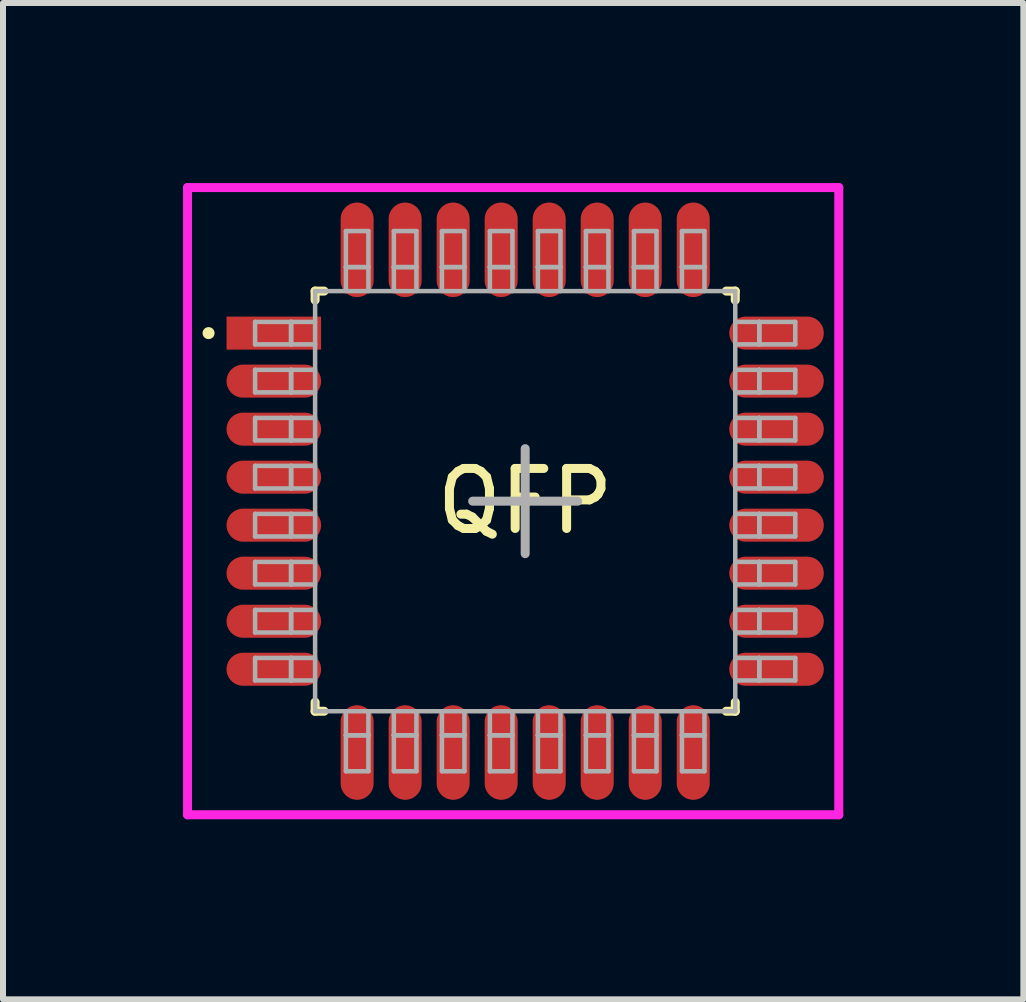
<source format=kicad_pcb>
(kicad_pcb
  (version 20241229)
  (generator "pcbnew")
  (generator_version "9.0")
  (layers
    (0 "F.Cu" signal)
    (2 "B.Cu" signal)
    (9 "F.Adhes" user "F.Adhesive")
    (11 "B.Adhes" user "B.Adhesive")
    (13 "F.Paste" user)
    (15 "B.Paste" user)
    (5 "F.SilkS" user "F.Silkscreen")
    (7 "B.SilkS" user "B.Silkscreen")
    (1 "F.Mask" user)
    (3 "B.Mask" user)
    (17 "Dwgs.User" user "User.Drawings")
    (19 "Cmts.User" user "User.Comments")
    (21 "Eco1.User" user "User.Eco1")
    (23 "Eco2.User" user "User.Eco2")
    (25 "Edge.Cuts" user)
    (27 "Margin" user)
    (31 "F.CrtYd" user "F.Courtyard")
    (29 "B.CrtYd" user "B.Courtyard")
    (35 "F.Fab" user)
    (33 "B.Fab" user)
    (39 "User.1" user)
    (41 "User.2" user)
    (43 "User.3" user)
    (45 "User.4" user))
  (footprint "QFP"
    (layer "F.Cu")
    (at 5.7 5.3)
    (property "Reference" "QFP" (at 0 0 0) (layer "F.SilkS") (effects (font (size 1 1) (thickness 0.15))))
    (attr through_hole)
    (fp_line (start -5.275 -2.8) (end -5.275 -2.8) (stroke (width 0.2) (type solid)) (layer "F.SilkS"))
    (fp_line (start -3.5 -3.5) (end -3.5 -3.35) (stroke (width 0.15) (type solid)) (layer "F.SilkS"))
    (fp_line (start -3.5 -3.5) (end -3.35 -3.5) (stroke (width 0.15) (type solid)) (layer "F.SilkS"))
    (fp_line (start -3.5 3.5) (end -3.5 3.35) (stroke (width 0.15) (type solid)) (layer "F.SilkS"))
    (fp_line (start -3.5 3.5) (end -3.35 3.5) (stroke (width 0.15) (type solid)) (layer "F.SilkS"))
    (fp_line (start 3.5 -3.5) (end 3.35 -3.5) (stroke (width 0.15) (type solid)) (layer "F.SilkS"))
    (fp_line (start 3.5 -3.5) (end 3.5 -3.35) (stroke (width 0.15) (type solid)) (layer "F.SilkS"))
    (fp_line (start 3.5 3.5) (end 3.35 3.5) (stroke (width 0.15) (type solid)) (layer "F.SilkS"))
    (fp_line (start 3.5 3.5) (end 3.5 3.35) (stroke (width 0.15) (type solid)) (layer "F.SilkS"))
    (fp_line (start -5.625 -5.225) (end -5.625 5.225) (stroke (width 0.15) (type solid)) (layer "F.CrtYd"))
    (fp_line (start -5.625 5.225) (end 5.225 5.225) (stroke (width 0.15) (type solid)) (layer "F.CrtYd"))
    (fp_line (start 5.225 -5.225) (end -5.625 -5.225) (stroke (width 0.15) (type solid)) (layer "F.CrtYd"))
    (fp_line (start 5.225 5.225) (end 5.225 -5.225) (stroke (width 0.15) (type solid)) (layer "F.CrtYd"))
    (fp_line (start -4.5 -2.987) (end -4.5 -2.612) (stroke (width 0.075) (type solid)) (layer "F.Fab"))
    (fp_line (start -4.5 -2.612) (end -3.9 -2.612) (stroke (width 0.075) (type solid)) (layer "F.Fab"))
    (fp_line (start -4.5 -2.188) (end -4.5 -1.812) (stroke (width 0.075) (type solid)) (layer "F.Fab"))
    (fp_line (start -4.5 -1.812) (end -3.9 -1.812) (stroke (width 0.075) (type solid)) (layer "F.Fab"))
    (fp_line (start -4.5 -1.387) (end -4.5 -1.012) (stroke (width 0.075) (type solid)) (layer "F.Fab"))
    (fp_line (start -4.5 -1.012) (end -3.9 -1.012) (stroke (width 0.075) (type solid)) (layer "F.Fab"))
    (fp_line (start -4.5 -0.588) (end -4.5 -0.212) (stroke (width 0.075) (type solid)) (layer "F.Fab"))
    (fp_line (start -4.5 -0.212) (end -3.9 -0.212) (stroke (width 0.075) (type solid)) (layer "F.Fab"))
    (fp_line (start -4.5 0.212) (end -4.5 0.588) (stroke (width 0.075) (type solid)) (layer "F.Fab"))
    (fp_line (start -4.5 0.588) (end -3.9 0.588) (stroke (width 0.075) (type solid)) (layer "F.Fab"))
    (fp_line (start -4.5 1.012) (end -4.5 1.387) (stroke (width 0.075) (type solid)) (layer "F.Fab"))
    (fp_line (start -4.5 1.387) (end -3.9 1.387) (stroke (width 0.075) (type solid)) (layer "F.Fab"))
    (fp_line (start -4.5 1.812) (end -4.5 2.188) (stroke (width 0.075) (type solid)) (layer "F.Fab"))
    (fp_line (start -4.5 2.188) (end -3.9 2.188) (stroke (width 0.075) (type solid)) (layer "F.Fab"))
    (fp_line (start -4.5 2.612) (end -4.5 2.987) (stroke (width 0.075) (type solid)) (layer "F.Fab"))
    (fp_line (start -4.5 2.987) (end -3.9 2.987) (stroke (width 0.075) (type solid)) (layer "F.Fab"))
    (fp_line (start -3.9 -2.987) (end -4.5 -2.987) (stroke (width 0.075) (type solid)) (layer "F.Fab"))
    (fp_line (start -3.9 -2.987) (end -3.9 -2.612) (stroke (width 0.075) (type solid)) (layer "F.Fab"))
    (fp_line (start -3.9 -2.612) (end -3.9 -2.987) (stroke (width 0.075) (type solid)) (layer "F.Fab"))
    (fp_line (start -3.9 -2.612) (end -3.5 -2.612) (stroke (width 0.075) (type solid)) (layer "F.Fab"))
    (fp_line (start -3.9 -2.188) (end -4.5 -2.188) (stroke (width 0.075) (type solid)) (layer "F.Fab"))
    (fp_line (start -3.9 -2.188) (end -3.9 -1.812) (stroke (width 0.075) (type solid)) (layer "F.Fab"))
    (fp_line (start -3.9 -1.812) (end -3.9 -2.188) (stroke (width 0.075) (type solid)) (layer "F.Fab"))
    (fp_line (start -3.9 -1.812) (end -3.5 -1.812) (stroke (width 0.075) (type solid)) (layer "F.Fab"))
    (fp_line (start -3.9 -1.387) (end -4.5 -1.387) (stroke (width 0.075) (type solid)) (layer "F.Fab"))
    (fp_line (start -3.9 -1.387) (end -3.9 -1.012) (stroke (width 0.075) (type solid)) (layer "F.Fab"))
    (fp_line (start -3.9 -1.012) (end -3.9 -1.387) (stroke (width 0.075) (type solid)) (layer "F.Fab"))
    (fp_line (start -3.9 -1.012) (end -3.5 -1.012) (stroke (width 0.075) (type solid)) (layer "F.Fab"))
    (fp_line (start -3.9 -0.588) (end -4.5 -0.588) (stroke (width 0.075) (type solid)) (layer "F.Fab"))
    (fp_line (start -3.9 -0.588) (end -3.9 -0.212) (stroke (width 0.075) (type solid)) (layer "F.Fab"))
    (fp_line (start -3.9 -0.212) (end -3.9 -0.588) (stroke (width 0.075) (type solid)) (layer "F.Fab"))
    (fp_line (start -3.9 -0.212) (end -3.5 -0.212) (stroke (width 0.075) (type solid)) (layer "F.Fab"))
    (fp_line (start -3.9 0.212) (end -4.5 0.212) (stroke (width 0.075) (type solid)) (layer "F.Fab"))
    (fp_line (start -3.9 0.212) (end -3.9 0.588) (stroke (width 0.075) (type solid)) (layer "F.Fab"))
    (fp_line (start -3.9 0.588) (end -3.9 0.212) (stroke (width 0.075) (type solid)) (layer "F.Fab"))
    (fp_line (start -3.9 0.588) (end -3.5 0.588) (stroke (width 0.075) (type solid)) (layer "F.Fab"))
    (fp_line (start -3.9 1.012) (end -4.5 1.012) (stroke (width 0.075) (type solid)) (layer "F.Fab"))
    (fp_line (start -3.9 1.012) (end -3.9 1.387) (stroke (width 0.075) (type solid)) (layer "F.Fab"))
    (fp_line (start -3.9 1.387) (end -3.9 1.012) (stroke (width 0.075) (type solid)) (layer "F.Fab"))
    (fp_line (start -3.9 1.387) (end -3.5 1.387) (stroke (width 0.075) (type solid)) (layer "F.Fab"))
    (fp_line (start -3.9 1.812) (end -4.5 1.812) (stroke (width 0.075) (type solid)) (layer "F.Fab"))
    (fp_line (start -3.9 1.812) (end -3.9 2.188) (stroke (width 0.075) (type solid)) (layer "F.Fab"))
    (fp_line (start -3.9 2.188) (end -3.9 1.812) (stroke (width 0.075) (type solid)) (layer "F.Fab"))
    (fp_line (start -3.9 2.188) (end -3.5 2.188) (stroke (width 0.075) (type solid)) (layer "F.Fab"))
    (fp_line (start -3.9 2.612) (end -4.5 2.612) (stroke (width 0.075) (type solid)) (layer "F.Fab"))
    (fp_line (start -3.9 2.612) (end -3.9 2.987) (stroke (width 0.075) (type solid)) (layer "F.Fab"))
    (fp_line (start -3.9 2.987) (end -3.9 2.612) (stroke (width 0.075) (type solid)) (layer "F.Fab"))
    (fp_line (start -3.9 2.987) (end -3.5 2.987) (stroke (width 0.075) (type solid)) (layer "F.Fab"))
    (fp_line (start -3.5 -3.5) (end 3.5 -3.5) (stroke (width 0.075) (type solid)) (layer "F.Fab"))
    (fp_line (start -3.5 -2.987) (end -3.9 -2.987) (stroke (width 0.075) (type solid)) (layer "F.Fab"))
    (fp_line (start -3.5 -2.188) (end -3.9 -2.188) (stroke (width 0.075) (type solid)) (layer "F.Fab"))
    (fp_line (start -3.5 -1.387) (end -3.9 -1.387) (stroke (width 0.075) (type solid)) (layer "F.Fab"))
    (fp_line (start -3.5 -0.588) (end -3.9 -0.588) (stroke (width 0.075) (type solid)) (layer "F.Fab"))
    (fp_line (start -3.5 0.212) (end -3.9 0.212) (stroke (width 0.075) (type solid)) (layer "F.Fab"))
    (fp_line (start -3.5 1.012) (end -3.9 1.012) (stroke (width 0.075) (type solid)) (layer "F.Fab"))
    (fp_line (start -3.5 1.812) (end -3.9 1.812) (stroke (width 0.075) (type solid)) (layer "F.Fab"))
    (fp_line (start -3.5 2.612) (end -3.9 2.612) (stroke (width 0.075) (type solid)) (layer "F.Fab"))
    (fp_line (start -3.5 3.5) (end -3.5 -3.5) (stroke (width 0.075) (type solid)) (layer "F.Fab"))
    (fp_line (start -2.987 -4.5) (end -2.987 -3.9) (stroke (width 0.075) (type solid)) (layer "F.Fab"))
    (fp_line (start -2.987 -3.9) (end -2.987 -3.5) (stroke (width 0.075) (type solid)) (layer "F.Fab"))
    (fp_line (start -2.987 -3.9) (end -2.612 -3.9) (stroke (width 0.075) (type solid)) (layer "F.Fab"))
    (fp_line (start -2.987 3.5) (end -2.987 3.9) (stroke (width 0.075) (type solid)) (layer "F.Fab"))
    (fp_line (start -2.987 3.9) (end -2.987 4.5) (stroke (width 0.075) (type solid)) (layer "F.Fab"))
    (fp_line (start -2.987 3.9) (end -2.612 3.9) (stroke (width 0.075) (type solid)) (layer "F.Fab"))
    (fp_line (start -2.987 4.5) (end -2.612 4.5) (stroke (width 0.075) (type solid)) (layer "F.Fab"))
    (fp_line (start -2.612 -4.5) (end -2.987 -4.5) (stroke (width 0.075) (type solid)) (layer "F.Fab"))
    (fp_line (start -2.612 -3.9) (end -2.987 -3.9) (stroke (width 0.075) (type solid)) (layer "F.Fab"))
    (fp_line (start -2.612 -3.9) (end -2.612 -4.5) (stroke (width 0.075) (type solid)) (layer "F.Fab"))
    (fp_line (start -2.612 -3.5) (end -2.612 -3.9) (stroke (width 0.075) (type solid)) (layer "F.Fab"))
    (fp_line (start -2.612 3.9) (end -2.987 3.9) (stroke (width 0.075) (type solid)) (layer "F.Fab"))
    (fp_line (start -2.612 3.9) (end -2.612 3.5) (stroke (width 0.075) (type solid)) (layer "F.Fab"))
    (fp_line (start -2.612 4.5) (end -2.612 3.9) (stroke (width 0.075) (type solid)) (layer "F.Fab"))
    (fp_line (start -2.188 -4.5) (end -2.188 -3.9) (stroke (width 0.075) (type solid)) (layer "F.Fab"))
    (fp_line (start -2.188 -3.9) (end -2.188 -3.5) (stroke (width 0.075) (type solid)) (layer "F.Fab"))
    (fp_line (start -2.188 -3.9) (end -1.812 -3.9) (stroke (width 0.075) (type solid)) (layer "F.Fab"))
    (fp_line (start -2.188 3.5) (end -2.188 3.9) (stroke (width 0.075) (type solid)) (layer "F.Fab"))
    (fp_line (start -2.188 3.9) (end -2.188 4.5) (stroke (width 0.075) (type solid)) (layer "F.Fab"))
    (fp_line (start -2.188 3.9) (end -1.812 3.9) (stroke (width 0.075) (type solid)) (layer "F.Fab"))
    (fp_line (start -2.188 4.5) (end -1.812 4.5) (stroke (width 0.075) (type solid)) (layer "F.Fab"))
    (fp_line (start -1.812 -4.5) (end -2.188 -4.5) (stroke (width 0.075) (type solid)) (layer "F.Fab"))
    (fp_line (start -1.812 -3.9) (end -2.188 -3.9) (stroke (width 0.075) (type solid)) (layer "F.Fab"))
    (fp_line (start -1.812 -3.9) (end -1.812 -4.5) (stroke (width 0.075) (type solid)) (layer "F.Fab"))
    (fp_line (start -1.812 -3.5) (end -1.812 -3.9) (stroke (width 0.075) (type solid)) (layer "F.Fab"))
    (fp_line (start -1.812 3.9) (end -2.188 3.9) (stroke (width 0.075) (type solid)) (layer "F.Fab"))
    (fp_line (start -1.812 3.9) (end -1.812 3.5) (stroke (width 0.075) (type solid)) (layer "F.Fab"))
    (fp_line (start -1.812 4.5) (end -1.812 3.9) (stroke (width 0.075) (type solid)) (layer "F.Fab"))
    (fp_line (start -1.387 -4.5) (end -1.387 -3.9) (stroke (width 0.075) (type solid)) (layer "F.Fab"))
    (fp_line (start -1.387 -3.9) (end -1.387 -3.5) (stroke (width 0.075) (type solid)) (layer "F.Fab"))
    (fp_line (start -1.387 -3.9) (end -1.012 -3.9) (stroke (width 0.075) (type solid)) (layer "F.Fab"))
    (fp_line (start -1.387 3.5) (end -1.387 3.9) (stroke (width 0.075) (type solid)) (layer "F.Fab"))
    (fp_line (start -1.387 3.9) (end -1.387 4.5) (stroke (width 0.075) (type solid)) (layer "F.Fab"))
    (fp_line (start -1.387 3.9) (end -1.012 3.9) (stroke (width 0.075) (type solid)) (layer "F.Fab"))
    (fp_line (start -1.387 4.5) (end -1.012 4.5) (stroke (width 0.075) (type solid)) (layer "F.Fab"))
    (fp_line (start -1.012 -4.5) (end -1.387 -4.5) (stroke (width 0.075) (type solid)) (layer "F.Fab"))
    (fp_line (start -1.012 -3.9) (end -1.387 -3.9) (stroke (width 0.075) (type solid)) (layer "F.Fab"))
    (fp_line (start -1.012 -3.9) (end -1.012 -4.5) (stroke (width 0.075) (type solid)) (layer "F.Fab"))
    (fp_line (start -1.012 -3.5) (end -1.012 -3.9) (stroke (width 0.075) (type solid)) (layer "F.Fab"))
    (fp_line (start -1.012 3.9) (end -1.387 3.9) (stroke (width 0.075) (type solid)) (layer "F.Fab"))
    (fp_line (start -1.012 3.9) (end -1.012 3.5) (stroke (width 0.075) (type solid)) (layer "F.Fab"))
    (fp_line (start -1.012 4.5) (end -1.012 3.9) (stroke (width 0.075) (type solid)) (layer "F.Fab"))
    (fp_line (start -0.588 -4.5) (end -0.588 -3.9) (stroke (width 0.075) (type solid)) (layer "F.Fab"))
    (fp_line (start -0.588 -3.9) (end -0.588 -3.5) (stroke (width 0.075) (type solid)) (layer "F.Fab"))
    (fp_line (start -0.588 -3.9) (end -0.212 -3.9) (stroke (width 0.075) (type solid)) (layer "F.Fab"))
    (fp_line (start -0.588 3.5) (end -0.588 3.9) (stroke (width 0.075) (type solid)) (layer "F.Fab"))
    (fp_line (start -0.588 3.9) (end -0.588 4.5) (stroke (width 0.075) (type solid)) (layer "F.Fab"))
    (fp_line (start -0.588 3.9) (end -0.212 3.9) (stroke (width 0.075) (type solid)) (layer "F.Fab"))
    (fp_line (start -0.588 4.5) (end -0.212 4.5) (stroke (width 0.075) (type solid)) (layer "F.Fab"))
    (fp_line (start -0.212 -4.5) (end -0.588 -4.5) (stroke (width 0.075) (type solid)) (layer "F.Fab"))
    (fp_line (start -0.212 -3.9) (end -0.588 -3.9) (stroke (width 0.075) (type solid)) (layer "F.Fab"))
    (fp_line (start -0.212 -3.9) (end -0.212 -4.5) (stroke (width 0.075) (type solid)) (layer "F.Fab"))
    (fp_line (start -0.212 -3.5) (end -0.212 -3.9) (stroke (width 0.075) (type solid)) (layer "F.Fab"))
    (fp_line (start -0.212 3.9) (end -0.588 3.9) (stroke (width 0.075) (type solid)) (layer "F.Fab"))
    (fp_line (start -0.212 3.9) (end -0.212 3.5) (stroke (width 0.075) (type solid)) (layer "F.Fab"))
    (fp_line (start -0.212 4.5) (end -0.212 3.9) (stroke (width 0.075) (type solid)) (layer "F.Fab"))
    (fp_line (start 0 -0.875) (end 0 0.875) (stroke (width 0.15) (type solid)) (layer "F.Fab"))
    (fp_line (start 0.212 -4.5) (end 0.212 -3.9) (stroke (width 0.075) (type solid)) (layer "F.Fab"))
    (fp_line (start 0.212 -3.9) (end 0.212 -3.5) (stroke (width 0.075) (type solid)) (layer "F.Fab"))
    (fp_line (start 0.212 -3.9) (end 0.588 -3.9) (stroke (width 0.075) (type solid)) (layer "F.Fab"))
    (fp_line (start 0.212 3.5) (end 0.212 3.9) (stroke (width 0.075) (type solid)) (layer "F.Fab"))
    (fp_line (start 0.212 3.9) (end 0.212 4.5) (stroke (width 0.075) (type solid)) (layer "F.Fab"))
    (fp_line (start 0.212 3.9) (end 0.588 3.9) (stroke (width 0.075) (type solid)) (layer "F.Fab"))
    (fp_line (start 0.212 4.5) (end 0.588 4.5) (stroke (width 0.075) (type solid)) (layer "F.Fab"))
    (fp_line (start 0.588 -4.5) (end 0.212 -4.5) (stroke (width 0.075) (type solid)) (layer "F.Fab"))
    (fp_line (start 0.588 -3.9) (end 0.212 -3.9) (stroke (width 0.075) (type solid)) (layer "F.Fab"))
    (fp_line (start 0.588 -3.9) (end 0.588 -4.5) (stroke (width 0.075) (type solid)) (layer "F.Fab"))
    (fp_line (start 0.588 -3.5) (end 0.588 -3.9) (stroke (width 0.075) (type solid)) (layer "F.Fab"))
    (fp_line (start 0.588 3.9) (end 0.212 3.9) (stroke (width 0.075) (type solid)) (layer "F.Fab"))
    (fp_line (start 0.588 3.9) (end 0.588 3.5) (stroke (width 0.075) (type solid)) (layer "F.Fab"))
    (fp_line (start 0.588 4.5) (end 0.588 3.9) (stroke (width 0.075) (type solid)) (layer "F.Fab"))
    (fp_line (start 0.875 0) (end -0.875 0) (stroke (width 0.15) (type solid)) (layer "F.Fab"))
    (fp_line (start 1.012 -4.5) (end 1.012 -3.9) (stroke (width 0.075) (type solid)) (layer "F.Fab"))
    (fp_line (start 1.012 -3.9) (end 1.012 -3.5) (stroke (width 0.075) (type solid)) (layer "F.Fab"))
    (fp_line (start 1.012 -3.9) (end 1.387 -3.9) (stroke (width 0.075) (type solid)) (layer "F.Fab"))
    (fp_line (start 1.012 3.5) (end 1.012 3.9) (stroke (width 0.075) (type solid)) (layer "F.Fab"))
    (fp_line (start 1.012 3.9) (end 1.012 4.5) (stroke (width 0.075) (type solid)) (layer "F.Fab"))
    (fp_line (start 1.012 3.9) (end 1.387 3.9) (stroke (width 0.075) (type solid)) (layer "F.Fab"))
    (fp_line (start 1.012 4.5) (end 1.387 4.5) (stroke (width 0.075) (type solid)) (layer "F.Fab"))
    (fp_line (start 1.387 -4.5) (end 1.012 -4.5) (stroke (width 0.075) (type solid)) (layer "F.Fab"))
    (fp_line (start 1.387 -3.9) (end 1.012 -3.9) (stroke (width 0.075) (type solid)) (layer "F.Fab"))
    (fp_line (start 1.387 -3.9) (end 1.387 -4.5) (stroke (width 0.075) (type solid)) (layer "F.Fab"))
    (fp_line (start 1.387 -3.5) (end 1.387 -3.9) (stroke (width 0.075) (type solid)) (layer "F.Fab"))
    (fp_line (start 1.387 3.9) (end 1.012 3.9) (stroke (width 0.075) (type solid)) (layer "F.Fab"))
    (fp_line (start 1.387 3.9) (end 1.387 3.5) (stroke (width 0.075) (type solid)) (layer "F.Fab"))
    (fp_line (start 1.387 4.5) (end 1.387 3.9) (stroke (width 0.075) (type solid)) (layer "F.Fab"))
    (fp_line (start 1.812 -4.5) (end 1.812 -3.9) (stroke (width 0.075) (type solid)) (layer "F.Fab"))
    (fp_line (start 1.812 -3.9) (end 1.812 -3.5) (stroke (width 0.075) (type solid)) (layer "F.Fab"))
    (fp_line (start 1.812 -3.9) (end 2.188 -3.9) (stroke (width 0.075) (type solid)) (layer "F.Fab"))
    (fp_line (start 1.812 3.5) (end 1.812 3.9) (stroke (width 0.075) (type solid)) (layer "F.Fab"))
    (fp_line (start 1.812 3.9) (end 1.812 4.5) (stroke (width 0.075) (type solid)) (layer "F.Fab"))
    (fp_line (start 1.812 3.9) (end 2.188 3.9) (stroke (width 0.075) (type solid)) (layer "F.Fab"))
    (fp_line (start 1.812 4.5) (end 2.188 4.5) (stroke (width 0.075) (type solid)) (layer "F.Fab"))
    (fp_line (start 2.188 -4.5) (end 1.812 -4.5) (stroke (width 0.075) (type solid)) (layer "F.Fab"))
    (fp_line (start 2.188 -3.9) (end 1.812 -3.9) (stroke (width 0.075) (type solid)) (layer "F.Fab"))
    (fp_line (start 2.188 -3.9) (end 2.188 -4.5) (stroke (width 0.075) (type solid)) (layer "F.Fab"))
    (fp_line (start 2.188 -3.5) (end 2.188 -3.9) (stroke (width 0.075) (type solid)) (layer "F.Fab"))
    (fp_line (start 2.188 3.9) (end 1.812 3.9) (stroke (width 0.075) (type solid)) (layer "F.Fab"))
    (fp_line (start 2.188 3.9) (end 2.188 3.5) (stroke (width 0.075) (type solid)) (layer "F.Fab"))
    (fp_line (start 2.188 4.5) (end 2.188 3.9) (stroke (width 0.075) (type solid)) (layer "F.Fab"))
    (fp_line (start 2.612 -4.5) (end 2.612 -3.9) (stroke (width 0.075) (type solid)) (layer "F.Fab"))
    (fp_line (start 2.612 -3.9) (end 2.612 -3.5) (stroke (width 0.075) (type solid)) (layer "F.Fab"))
    (fp_line (start 2.612 -3.9) (end 2.987 -3.9) (stroke (width 0.075) (type solid)) (layer "F.Fab"))
    (fp_line (start 2.612 3.5) (end 2.612 3.9) (stroke (width 0.075) (type solid)) (layer "F.Fab"))
    (fp_line (start 2.612 3.9) (end 2.612 4.5) (stroke (width 0.075) (type solid)) (layer "F.Fab"))
    (fp_line (start 2.612 3.9) (end 2.987 3.9) (stroke (width 0.075) (type solid)) (layer "F.Fab"))
    (fp_line (start 2.612 4.5) (end 2.987 4.5) (stroke (width 0.075) (type solid)) (layer "F.Fab"))
    (fp_line (start 2.987 -4.5) (end 2.612 -4.5) (stroke (width 0.075) (type solid)) (layer "F.Fab"))
    (fp_line (start 2.987 -3.9) (end 2.612 -3.9) (stroke (width 0.075) (type solid)) (layer "F.Fab"))
    (fp_line (start 2.987 -3.9) (end 2.987 -4.5) (stroke (width 0.075) (type solid)) (layer "F.Fab"))
    (fp_line (start 2.987 -3.5) (end 2.987 -3.9) (stroke (width 0.075) (type solid)) (layer "F.Fab"))
    (fp_line (start 2.987 3.9) (end 2.612 3.9) (stroke (width 0.075) (type solid)) (layer "F.Fab"))
    (fp_line (start 2.987 3.9) (end 2.987 3.5) (stroke (width 0.075) (type solid)) (layer "F.Fab"))
    (fp_line (start 2.987 4.5) (end 2.987 3.9) (stroke (width 0.075) (type solid)) (layer "F.Fab"))
    (fp_line (start 3.5 -3.5) (end 3.5 3.5) (stroke (width 0.075) (type solid)) (layer "F.Fab"))
    (fp_line (start 3.5 -2.612) (end 3.9 -2.612) (stroke (width 0.075) (type solid)) (layer "F.Fab"))
    (fp_line (start 3.5 -1.812) (end 3.9 -1.812) (stroke (width 0.075) (type solid)) (layer "F.Fab"))
    (fp_line (start 3.5 -1.012) (end 3.9 -1.012) (stroke (width 0.075) (type solid)) (layer "F.Fab"))
    (fp_line (start 3.5 -0.212) (end 3.9 -0.212) (stroke (width 0.075) (type solid)) (layer "F.Fab"))
    (fp_line (start 3.5 0.588) (end 3.9 0.588) (stroke (width 0.075) (type solid)) (layer "F.Fab"))
    (fp_line (start 3.5 1.387) (end 3.9 1.387) (stroke (width 0.075) (type solid)) (layer "F.Fab"))
    (fp_line (start 3.5 2.188) (end 3.9 2.188) (stroke (width 0.075) (type solid)) (layer "F.Fab"))
    (fp_line (start 3.5 2.987) (end 3.9 2.987) (stroke (width 0.075) (type solid)) (layer "F.Fab"))
    (fp_line (start 3.5 3.5) (end -3.5 3.5) (stroke (width 0.075) (type solid)) (layer "F.Fab"))
    (fp_line (start 3.9 -2.987) (end 3.5 -2.987) (stroke (width 0.075) (type solid)) (layer "F.Fab"))
    (fp_line (start 3.9 -2.987) (end 3.9 -2.612) (stroke (width 0.075) (type solid)) (layer "F.Fab"))
    (fp_line (start 3.9 -2.612) (end 3.9 -2.987) (stroke (width 0.075) (type solid)) (layer "F.Fab"))
    (fp_line (start 3.9 -2.612) (end 4.5 -2.612) (stroke (width 0.075) (type solid)) (layer "F.Fab"))
    (fp_line (start 3.9 -2.188) (end 3.5 -2.188) (stroke (width 0.075) (type solid)) (layer "F.Fab"))
    (fp_line (start 3.9 -2.188) (end 3.9 -1.812) (stroke (width 0.075) (type solid)) (layer "F.Fab"))
    (fp_line (start 3.9 -1.812) (end 3.9 -2.188) (stroke (width 0.075) (type solid)) (layer "F.Fab"))
    (fp_line (start 3.9 -1.812) (end 4.5 -1.812) (stroke (width 0.075) (type solid)) (layer "F.Fab"))
    (fp_line (start 3.9 -1.387) (end 3.5 -1.387) (stroke (width 0.075) (type solid)) (layer "F.Fab"))
    (fp_line (start 3.9 -1.387) (end 3.9 -1.012) (stroke (width 0.075) (type solid)) (layer "F.Fab"))
    (fp_line (start 3.9 -1.012) (end 3.9 -1.387) (stroke (width 0.075) (type solid)) (layer "F.Fab"))
    (fp_line (start 3.9 -1.012) (end 4.5 -1.012) (stroke (width 0.075) (type solid)) (layer "F.Fab"))
    (fp_line (start 3.9 -0.588) (end 3.5 -0.588) (stroke (width 0.075) (type solid)) (layer "F.Fab"))
    (fp_line (start 3.9 -0.588) (end 3.9 -0.212) (stroke (width 0.075) (type solid)) (layer "F.Fab"))
    (fp_line (start 3.9 -0.212) (end 3.9 -0.588) (stroke (width 0.075) (type solid)) (layer "F.Fab"))
    (fp_line (start 3.9 -0.212) (end 4.5 -0.212) (stroke (width 0.075) (type solid)) (layer "F.Fab"))
    (fp_line (start 3.9 0.212) (end 3.5 0.212) (stroke (width 0.075) (type solid)) (layer "F.Fab"))
    (fp_line (start 3.9 0.212) (end 3.9 0.588) (stroke (width 0.075) (type solid)) (layer "F.Fab"))
    (fp_line (start 3.9 0.588) (end 3.9 0.212) (stroke (width 0.075) (type solid)) (layer "F.Fab"))
    (fp_line (start 3.9 0.588) (end 4.5 0.588) (stroke (width 0.075) (type solid)) (layer "F.Fab"))
    (fp_line (start 3.9 1.012) (end 3.5 1.012) (stroke (width 0.075) (type solid)) (layer "F.Fab"))
    (fp_line (start 3.9 1.012) (end 3.9 1.387) (stroke (width 0.075) (type solid)) (layer "F.Fab"))
    (fp_line (start 3.9 1.387) (end 3.9 1.012) (stroke (width 0.075) (type solid)) (layer "F.Fab"))
    (fp_line (start 3.9 1.387) (end 4.5 1.387) (stroke (width 0.075) (type solid)) (layer "F.Fab"))
    (fp_line (start 3.9 1.812) (end 3.5 1.812) (stroke (width 0.075) (type solid)) (layer "F.Fab"))
    (fp_line (start 3.9 1.812) (end 3.9 2.188) (stroke (width 0.075) (type solid)) (layer "F.Fab"))
    (fp_line (start 3.9 2.188) (end 3.9 1.812) (stroke (width 0.075) (type solid)) (layer "F.Fab"))
    (fp_line (start 3.9 2.188) (end 4.5 2.188) (stroke (width 0.075) (type solid)) (layer "F.Fab"))
    (fp_line (start 3.9 2.612) (end 3.5 2.612) (stroke (width 0.075) (type solid)) (layer "F.Fab"))
    (fp_line (start 3.9 2.612) (end 3.9 2.987) (stroke (width 0.075) (type solid)) (layer "F.Fab"))
    (fp_line (start 3.9 2.987) (end 3.9 2.612) (stroke (width 0.075) (type solid)) (layer "F.Fab"))
    (fp_line (start 3.9 2.987) (end 4.5 2.987) (stroke (width 0.075) (type solid)) (layer "F.Fab"))
    (fp_line (start 4.5 -2.987) (end 3.9 -2.987) (stroke (width 0.075) (type solid)) (layer "F.Fab"))
    (fp_line (start 4.5 -2.612) (end 4.5 -2.987) (stroke (width 0.075) (type solid)) (layer "F.Fab"))
    (fp_line (start 4.5 -2.188) (end 3.9 -2.188) (stroke (width 0.075) (type solid)) (layer "F.Fab"))
    (fp_line (start 4.5 -1.812) (end 4.5 -2.188) (stroke (width 0.075) (type solid)) (layer "F.Fab"))
    (fp_line (start 4.5 -1.387) (end 3.9 -1.387) (stroke (width 0.075) (type solid)) (layer "F.Fab"))
    (fp_line (start 4.5 -1.012) (end 4.5 -1.387) (stroke (width 0.075) (type solid)) (layer "F.Fab"))
    (fp_line (start 4.5 -0.588) (end 3.9 -0.588) (stroke (width 0.075) (type solid)) (layer "F.Fab"))
    (fp_line (start 4.5 -0.212) (end 4.5 -0.588) (stroke (width 0.075) (type solid)) (layer "F.Fab"))
    (fp_line (start 4.5 0.212) (end 3.9 0.212) (stroke (width 0.075) (type solid)) (layer "F.Fab"))
    (fp_line (start 4.5 0.588) (end 4.5 0.212) (stroke (width 0.075) (type solid)) (layer "F.Fab"))
    (fp_line (start 4.5 1.012) (end 3.9 1.012) (stroke (width 0.075) (type solid)) (layer "F.Fab"))
    (fp_line (start 4.5 1.387) (end 4.5 1.012) (stroke (width 0.075) (type solid)) (layer "F.Fab"))
    (fp_line (start 4.5 1.812) (end 3.9 1.812) (stroke (width 0.075) (type solid)) (layer "F.Fab"))
    (fp_line (start 4.5 2.188) (end 4.5 1.812) (stroke (width 0.075) (type solid)) (layer "F.Fab"))
    (fp_line (start 4.5 2.612) (end 3.9 2.612) (stroke (width 0.075) (type solid)) (layer "F.Fab"))
    (fp_line (start 4.5 2.987) (end 4.5 2.612) (stroke (width 0.075) (type solid)) (layer "F.Fab"))
    (pad "1" smd rect (at -4.188 -2.8) (size 1.575 0.55) (layers "F.Cu" "F.Mask" "F.Paste"))
    (pad "2" smd oval (at -4.188 -2) (size 1.575 0.55) (layers "F.Cu" "F.Mask" "F.Paste"))
    (pad "3" smd oval (at -4.188 -1.2) (size 1.575 0.55) (layers "F.Cu" "F.Mask" "F.Paste"))
    (pad "4" smd oval (at -4.188 -0.4) (size 1.575 0.55) (layers "F.Cu" "F.Mask" "F.Paste"))
    (pad "5" smd oval (at -4.188 0.4) (size 1.575 0.55) (layers "F.Cu" "F.Mask" "F.Paste"))
    (pad "6" smd oval (at -4.188 1.2) (size 1.575 0.55) (layers "F.Cu" "F.Mask" "F.Paste"))
    (pad "7" smd oval (at -4.188 2) (size 1.575 0.55) (layers "F.Cu" "F.Mask" "F.Paste"))
    (pad "8" smd oval (at -4.188 2.8) (size 1.575 0.55) (layers "F.Cu" "F.Mask" "F.Paste"))
    (pad "9" smd oval (at -2.8 4.188) (size 0.55 1.575) (layers "F.Cu" "F.Mask" "F.Paste"))
    (pad "10" smd oval (at -2 4.188) (size 0.55 1.575) (layers "F.Cu" "F.Mask" "F.Paste"))
    (pad "11" smd oval (at -1.2 4.188) (size 0.55 1.575) (layers "F.Cu" "F.Mask" "F.Paste"))
    (pad "12" smd oval (at -0.4 4.188) (size 0.55 1.575) (layers "F.Cu" "F.Mask" "F.Paste"))
    (pad "13" smd oval (at 0.4 4.188) (size 0.55 1.575) (layers "F.Cu" "F.Mask" "F.Paste"))
    (pad "14" smd oval (at 1.2 4.188) (size 0.55 1.575) (layers "F.Cu" "F.Mask" "F.Paste"))
    (pad "15" smd oval (at 2 4.188) (size 0.55 1.575) (layers "F.Cu" "F.Mask" "F.Paste"))
    (pad "16" smd oval (at 2.8 4.188) (size 0.55 1.575) (layers "F.Cu" "F.Mask" "F.Paste"))
    (pad "17" smd oval (at 4.188 2.8) (size 1.575 0.55) (layers "F.Cu" "F.Mask" "F.Paste"))
    (pad "18" smd oval (at 4.188 2) (size 1.575 0.55) (layers "F.Cu" "F.Mask" "F.Paste"))
    (pad "19" smd oval (at 4.188 1.2) (size 1.575 0.55) (layers "F.Cu" "F.Mask" "F.Paste"))
    (pad "20" smd oval (at 4.188 0.4) (size 1.575 0.55) (layers "F.Cu" "F.Mask" "F.Paste"))
    (pad "21" smd oval (at 4.188 -0.4) (size 1.575 0.55) (layers "F.Cu" "F.Mask" "F.Paste"))
    (pad "22" smd oval (at 4.188 -1.2) (size 1.575 0.55) (layers "F.Cu" "F.Mask" "F.Paste"))
    (pad "23" smd oval (at 4.188 -2) (size 1.575 0.55) (layers "F.Cu" "F.Mask" "F.Paste"))
    (pad "24" smd oval (at 4.188 -2.8) (size 1.575 0.55) (layers "F.Cu" "F.Mask" "F.Paste"))
    (pad "25" smd oval (at 2.8 -4.188) (size 0.55 1.575) (layers "F.Cu" "F.Mask" "F.Paste"))
    (pad "26" smd oval (at 2 -4.188) (size 0.55 1.575) (layers "F.Cu" "F.Mask" "F.Paste"))
    (pad "27" smd oval (at 1.2 -4.188) (size 0.55 1.575) (layers "F.Cu" "F.Mask" "F.Paste"))
    (pad "28" smd oval (at 0.4 -4.188) (size 0.55 1.575) (layers "F.Cu" "F.Mask" "F.Paste"))
    (pad "29" smd oval (at -0.4 -4.188) (size 0.55 1.575) (layers "F.Cu" "F.Mask" "F.Paste"))
    (pad "30" smd oval (at -1.2 -4.188) (size 0.55 1.575) (layers "F.Cu" "F.Mask" "F.Paste"))
    (pad "31" smd oval (at -2 -4.188) (size 0.55 1.575) (layers "F.Cu" "F.Mask" "F.Paste"))
    (pad "32" smd oval (at -2.8 -4.188) (size 0.55 1.575) (layers "F.Cu" "F.Mask" "F.Paste")))
  (gr_rect
    (start -3 -3)
    (end 14 13.6)
    (stroke (width 0.1) (type default))
    (fill no)
    (layer "Edge.Cuts")))
</source>
